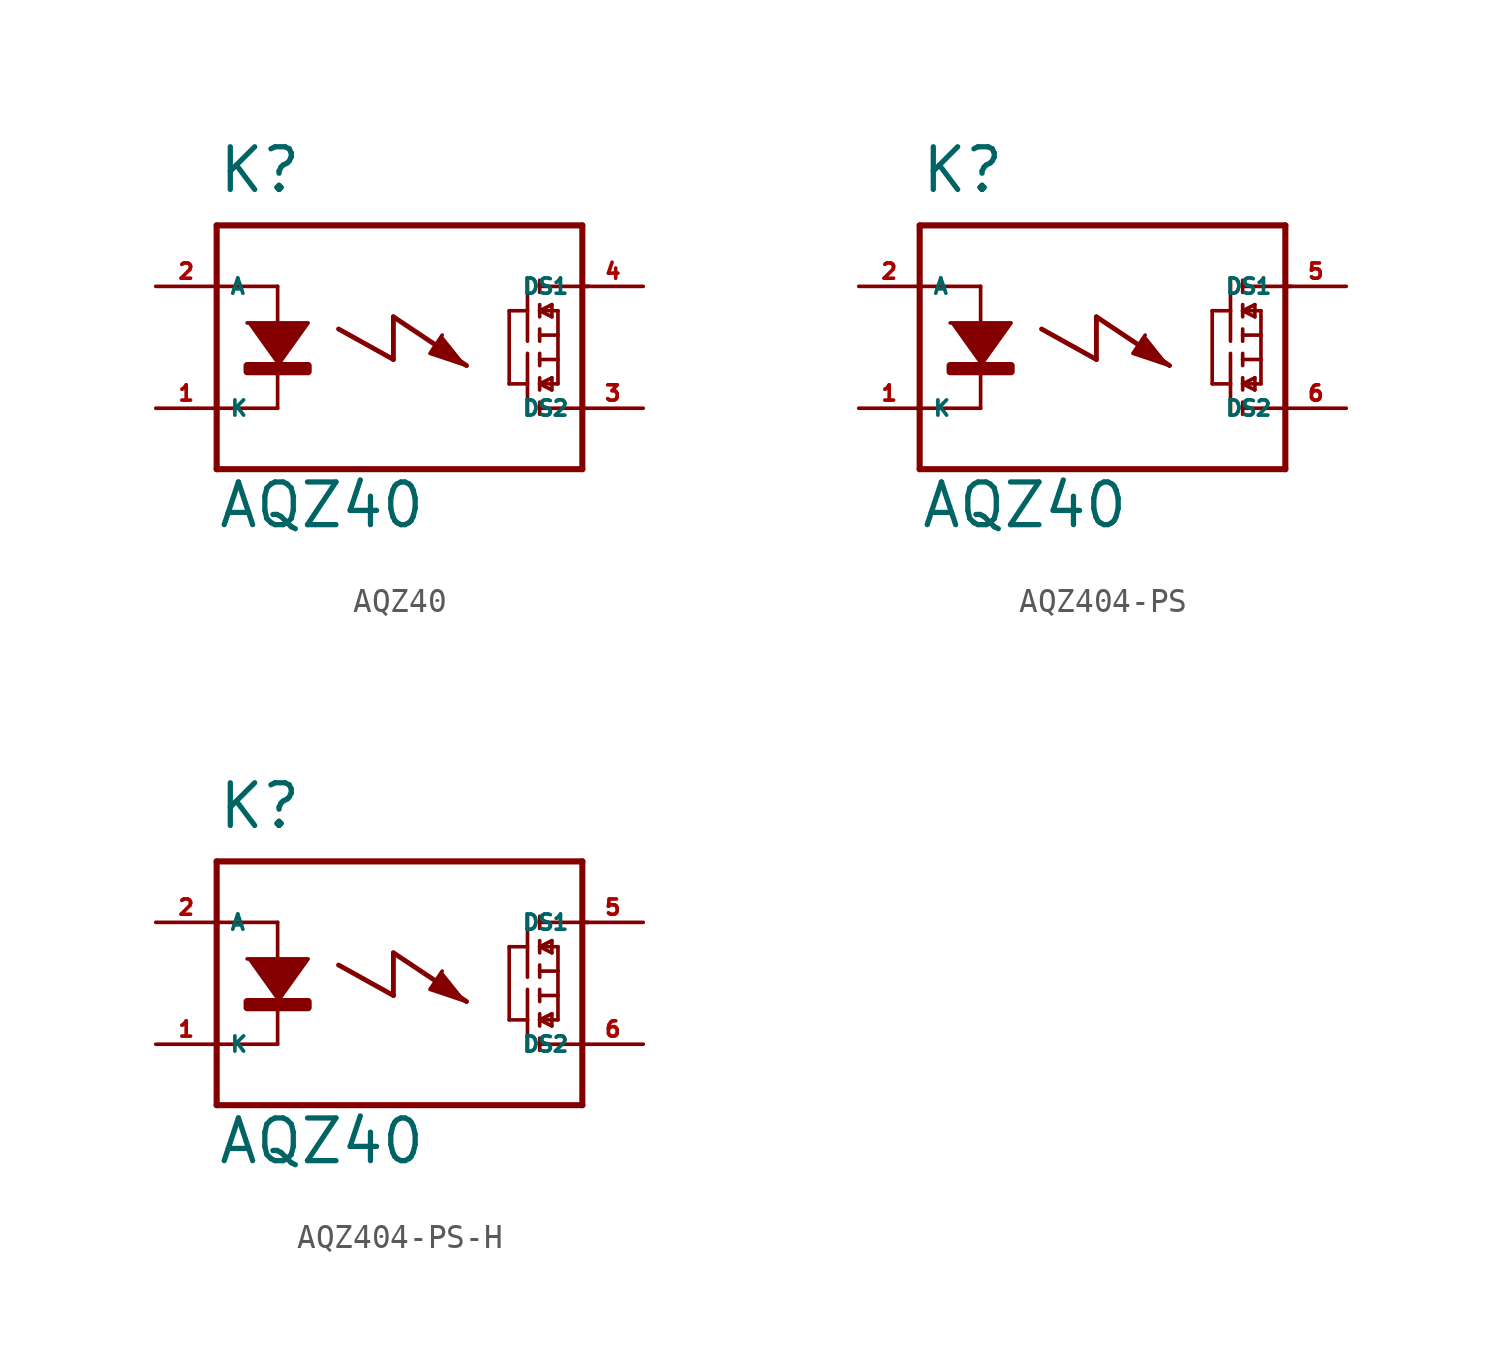
<source format=kicad_sym>
(kicad_symbol_lib
  (version 20220914)
  (generator Eagle2Kicad)
  (symbol "AQZ40"
    (property "Reference" "K"
      (at -7.62 6.35 0)
      (effects (font (size 1.778 1.778) (thickness 0.22)) (justify left bottom)))
    (property "Value" "AQZ40"
      (at -7.62 -7.62 0)
      (effects (font (size 1.778 1.778) (thickness 0.22)) (justify left bottom)))
    (polyline
      (pts (xy -6.35 1.016) (xy -3.81 1.016) (xy -5.08 -0.762))
      (stroke (width 0.152) (type default))
      (fill (type outline)))
    (polyline
      (pts (xy 1.778 0.508) (xy 1.27 -0.254) (xy 2.794 -0.762))
      (stroke (width 0.152) (type default))
      (fill (type outline)))
    (polyline
      (pts (xy -5.08 2.54) (xy -5.08 -2.54))
      (stroke (width 0.152) (type default))
      (fill (type none)))
    (polyline
      (pts (xy 5.842 2.794) (xy 5.842 2.286))
      (stroke (width 0.152) (type default))
      (fill (type none)))
    (polyline
      (pts (xy 5.842 1.778) (xy 5.842 1.524))
      (stroke (width 0.152) (type default))
      (fill (type none)))
    (polyline
      (pts (xy 5.842 1.524) (xy 5.842 1.27))
      (stroke (width 0.152) (type default))
      (fill (type none)))
    (polyline
      (pts (xy 5.842 0.762) (xy 5.842 0.508))
      (stroke (width 0.152) (type default))
      (fill (type none)))
    (polyline
      (pts (xy 5.842 0.508) (xy 5.842 0.254))
      (stroke (width 0.152) (type default))
      (fill (type none)))
    (polyline
      (pts (xy 5.842 1.524) (xy 6.604 1.524))
      (stroke (width 0.152) (type default))
      (fill (type none)))
    (polyline
      (pts (xy 6.35 1.778) (xy 5.842 1.524))
      (stroke (width 0.152) (type default))
      (fill (type none)))
    (polyline
      (pts (xy 5.842 1.524) (xy 6.35 1.27))
      (stroke (width 0.152) (type default))
      (fill (type none)))
    (polyline
      (pts (xy 6.35 1.27) (xy 6.35 1.778))
      (stroke (width 0.152) (type default))
      (fill (type none)))
    (polyline
      (pts (xy 5.842 0.508) (xy 6.604 0.508))
      (stroke (width 0.152) (type default))
      (fill (type none)))
    (polyline
      (pts (xy 6.604 0.508) (xy 6.604 1.524))
      (stroke (width 0.152) (type default))
      (fill (type none)))
    (polyline
      (pts (xy 5.334 2.794) (xy 5.334 1.524))
      (stroke (width 0.152) (type default))
      (fill (type none)))
    (polyline
      (pts (xy 5.334 1.524) (xy 5.334 0.254))
      (stroke (width 0.152) (type default))
      (fill (type none)))
    (polyline
      (pts (xy 5.334 1.524) (xy 4.572 1.524))
      (stroke (width 0.152) (type default))
      (fill (type none)))
    (polyline
      (pts (xy 5.842 -2.794) (xy 5.842 -2.286))
      (stroke (width 0.152) (type default))
      (fill (type none)))
    (polyline
      (pts (xy 5.842 -1.778) (xy 5.842 -1.524))
      (stroke (width 0.152) (type default))
      (fill (type none)))
    (polyline
      (pts (xy 5.842 -1.524) (xy 5.842 -1.27))
      (stroke (width 0.152) (type default))
      (fill (type none)))
    (polyline
      (pts (xy 5.842 -0.762) (xy 5.842 -0.508))
      (stroke (width 0.152) (type default))
      (fill (type none)))
    (polyline
      (pts (xy 5.842 -0.508) (xy 5.842 -0.254))
      (stroke (width 0.152) (type default))
      (fill (type none)))
    (polyline
      (pts (xy 5.842 -1.524) (xy 6.604 -1.524))
      (stroke (width 0.152) (type default))
      (fill (type none)))
    (polyline
      (pts (xy 6.35 -1.778) (xy 5.842 -1.524))
      (stroke (width 0.152) (type default))
      (fill (type none)))
    (polyline
      (pts (xy 5.842 -1.524) (xy 6.35 -1.27))
      (stroke (width 0.152) (type default))
      (fill (type none)))
    (polyline
      (pts (xy 6.35 -1.27) (xy 6.35 -1.778))
      (stroke (width 0.152) (type default))
      (fill (type none)))
    (polyline
      (pts (xy 5.842 -0.508) (xy 6.604 -0.508))
      (stroke (width 0.152) (type default))
      (fill (type none)))
    (polyline
      (pts (xy 6.604 -0.508) (xy 6.604 -1.524))
      (stroke (width 0.152) (type default))
      (fill (type none)))
    (polyline
      (pts (xy 6.604 0.508) (xy 6.604 -0.508))
      (stroke (width 0.152) (type default))
      (fill (type none)))
    (polyline
      (pts (xy 5.334 -2.794) (xy 5.334 -1.524))
      (stroke (width 0.152) (type default))
      (fill (type none)))
    (polyline
      (pts (xy 5.334 -1.524) (xy 5.334 -0.254))
      (stroke (width 0.152) (type default))
      (fill (type none)))
    (polyline
      (pts (xy 5.334 -1.524) (xy 4.572 -1.524))
      (stroke (width 0.152) (type default))
      (fill (type none)))
    (polyline
      (pts (xy 4.572 1.524) (xy 4.572 -1.524))
      (stroke (width 0.152) (type default))
      (fill (type none)))
    (polyline
      (pts (xy -7.62 5.08) (xy -7.62 2.54))
      (stroke (width 0.254) (type default))
      (fill (type none)))
    (polyline
      (pts (xy -7.62 2.54) (xy -7.62 -2.54))
      (stroke (width 0.254) (type default))
      (fill (type none)))
    (polyline
      (pts (xy -7.62 -2.54) (xy -7.62 -5.08))
      (stroke (width 0.254) (type default))
      (fill (type none)))
    (polyline
      (pts (xy -7.62 -5.08) (xy 7.62 -5.08))
      (stroke (width 0.254) (type default))
      (fill (type none)))
    (polyline
      (pts (xy 5.842 2.54) (xy 7.874 2.54))
      (stroke (width 0.152) (type default))
      (fill (type none)))
    (polyline
      (pts (xy 5.842 -2.54) (xy 7.62 -2.54))
      (stroke (width 0.152) (type default))
      (fill (type none)))
    (polyline
      (pts (xy 7.62 -5.08) (xy 7.62 5.08))
      (stroke (width 0.254) (type default))
      (fill (type none)))
    (polyline
      (pts (xy 7.62 5.08) (xy -7.62 5.08))
      (stroke (width 0.254) (type default))
      (fill (type none)))
    (polyline
      (pts (xy -5.08 2.54) (xy -7.62 2.54))
      (stroke (width 0.152) (type default))
      (fill (type none)))
    (polyline
      (pts (xy -5.08 -2.54) (xy -7.62 -2.54))
      (stroke (width 0.152) (type default))
      (fill (type none)))
    (polyline
      (pts (xy -2.54 0.762) (xy -0.254 -0.508))
      (stroke (width 0.203) (type default))
      (fill (type none)))
    (polyline
      (pts (xy -0.254 -0.508) (xy -0.254 1.27))
      (stroke (width 0.203) (type default))
      (fill (type none)))
    (polyline
      (pts (xy -0.254 1.27) (xy 2.794 -0.762))
      (stroke (width 0.203) (type default))
      (fill (type none)))
    (rectangle
      (start -6.35 -1.016)
      (end -3.81 -0.762)
      (stroke (width 0.3) (type default))
      (fill (type outline)))
    (pin passive line
      (at -10.16 2.54 0)
      (length 2.54)
      (name "A" (effects (font (size 0.635 0.635) (thickness 0.08)) (justify left bottom)))
      (number "2" (effects (font (size 0.635 0.635) (thickness 0.08)) (justify left bottom))))
    (pin passive line
      (at -10.16 -2.54 0)
      (length 2.54)
      (name "K" (effects (font (size 0.635 0.635) (thickness 0.08)) (justify left bottom)))
      (number "1" (effects (font (size 0.635 0.635) (thickness 0.08)) (justify left bottom))))
    (pin passive line
      (at 10.16 2.54 180)
      (length 2.54)
      (name "DS1" (effects (font (size 0.635 0.635) (thickness 0.08)) (justify left bottom)))
      (number "4" (effects (font (size 0.635 0.635) (thickness 0.08)) (justify left bottom))))
    (pin passive line
      (at 10.16 -2.54 180)
      (length 2.54)
      (name "DS2" (effects (font (size 0.635 0.635) (thickness 0.08)) (justify left bottom)))
      (number "3" (effects (font (size 0.635 0.635) (thickness 0.08)) (justify left bottom)))))
  (symbol "AQZ404-PS"
    (property "Reference" "K"
      (at -7.62 6.35 0)
      (effects (font (size 1.778 1.778) (thickness 0.22)) (justify left bottom)))
    (property "Value" "AQZ40"
      (at -7.62 -7.62 0)
      (effects (font (size 1.778 1.778) (thickness 0.22)) (justify left bottom)))
    (polyline
      (pts (xy -6.35 1.016) (xy -3.81 1.016) (xy -5.08 -0.762))
      (stroke (width 0.152) (type default))
      (fill (type outline)))
    (polyline
      (pts (xy 1.778 0.508) (xy 1.27 -0.254) (xy 2.794 -0.762))
      (stroke (width 0.152) (type default))
      (fill (type outline)))
    (polyline
      (pts (xy -5.08 2.54) (xy -5.08 -2.54))
      (stroke (width 0.152) (type default))
      (fill (type none)))
    (polyline
      (pts (xy 5.842 2.794) (xy 5.842 2.286))
      (stroke (width 0.152) (type default))
      (fill (type none)))
    (polyline
      (pts (xy 5.842 1.778) (xy 5.842 1.524))
      (stroke (width 0.152) (type default))
      (fill (type none)))
    (polyline
      (pts (xy 5.842 1.524) (xy 5.842 1.27))
      (stroke (width 0.152) (type default))
      (fill (type none)))
    (polyline
      (pts (xy 5.842 0.762) (xy 5.842 0.508))
      (stroke (width 0.152) (type default))
      (fill (type none)))
    (polyline
      (pts (xy 5.842 0.508) (xy 5.842 0.254))
      (stroke (width 0.152) (type default))
      (fill (type none)))
    (polyline
      (pts (xy 5.842 1.524) (xy 6.604 1.524))
      (stroke (width 0.152) (type default))
      (fill (type none)))
    (polyline
      (pts (xy 6.35 1.778) (xy 5.842 1.524))
      (stroke (width 0.152) (type default))
      (fill (type none)))
    (polyline
      (pts (xy 5.842 1.524) (xy 6.35 1.27))
      (stroke (width 0.152) (type default))
      (fill (type none)))
    (polyline
      (pts (xy 6.35 1.27) (xy 6.35 1.778))
      (stroke (width 0.152) (type default))
      (fill (type none)))
    (polyline
      (pts (xy 5.842 0.508) (xy 6.604 0.508))
      (stroke (width 0.152) (type default))
      (fill (type none)))
    (polyline
      (pts (xy 6.604 0.508) (xy 6.604 1.524))
      (stroke (width 0.152) (type default))
      (fill (type none)))
    (polyline
      (pts (xy 5.334 2.794) (xy 5.334 1.524))
      (stroke (width 0.152) (type default))
      (fill (type none)))
    (polyline
      (pts (xy 5.334 1.524) (xy 5.334 0.254))
      (stroke (width 0.152) (type default))
      (fill (type none)))
    (polyline
      (pts (xy 5.334 1.524) (xy 4.572 1.524))
      (stroke (width 0.152) (type default))
      (fill (type none)))
    (polyline
      (pts (xy 5.842 -2.794) (xy 5.842 -2.286))
      (stroke (width 0.152) (type default))
      (fill (type none)))
    (polyline
      (pts (xy 5.842 -1.778) (xy 5.842 -1.524))
      (stroke (width 0.152) (type default))
      (fill (type none)))
    (polyline
      (pts (xy 5.842 -1.524) (xy 5.842 -1.27))
      (stroke (width 0.152) (type default))
      (fill (type none)))
    (polyline
      (pts (xy 5.842 -0.762) (xy 5.842 -0.508))
      (stroke (width 0.152) (type default))
      (fill (type none)))
    (polyline
      (pts (xy 5.842 -0.508) (xy 5.842 -0.254))
      (stroke (width 0.152) (type default))
      (fill (type none)))
    (polyline
      (pts (xy 5.842 -1.524) (xy 6.604 -1.524))
      (stroke (width 0.152) (type default))
      (fill (type none)))
    (polyline
      (pts (xy 6.35 -1.778) (xy 5.842 -1.524))
      (stroke (width 0.152) (type default))
      (fill (type none)))
    (polyline
      (pts (xy 5.842 -1.524) (xy 6.35 -1.27))
      (stroke (width 0.152) (type default))
      (fill (type none)))
    (polyline
      (pts (xy 6.35 -1.27) (xy 6.35 -1.778))
      (stroke (width 0.152) (type default))
      (fill (type none)))
    (polyline
      (pts (xy 5.842 -0.508) (xy 6.604 -0.508))
      (stroke (width 0.152) (type default))
      (fill (type none)))
    (polyline
      (pts (xy 6.604 -0.508) (xy 6.604 -1.524))
      (stroke (width 0.152) (type default))
      (fill (type none)))
    (polyline
      (pts (xy 6.604 0.508) (xy 6.604 -0.508))
      (stroke (width 0.152) (type default))
      (fill (type none)))
    (polyline
      (pts (xy 5.334 -2.794) (xy 5.334 -1.524))
      (stroke (width 0.152) (type default))
      (fill (type none)))
    (polyline
      (pts (xy 5.334 -1.524) (xy 5.334 -0.254))
      (stroke (width 0.152) (type default))
      (fill (type none)))
    (polyline
      (pts (xy 5.334 -1.524) (xy 4.572 -1.524))
      (stroke (width 0.152) (type default))
      (fill (type none)))
    (polyline
      (pts (xy 4.572 1.524) (xy 4.572 -1.524))
      (stroke (width 0.152) (type default))
      (fill (type none)))
    (polyline
      (pts (xy -7.62 5.08) (xy -7.62 2.54))
      (stroke (width 0.254) (type default))
      (fill (type none)))
    (polyline
      (pts (xy -7.62 2.54) (xy -7.62 -2.54))
      (stroke (width 0.254) (type default))
      (fill (type none)))
    (polyline
      (pts (xy -7.62 -2.54) (xy -7.62 -5.08))
      (stroke (width 0.254) (type default))
      (fill (type none)))
    (polyline
      (pts (xy -7.62 -5.08) (xy 7.62 -5.08))
      (stroke (width 0.254) (type default))
      (fill (type none)))
    (polyline
      (pts (xy 5.842 2.54) (xy 7.874 2.54))
      (stroke (width 0.152) (type default))
      (fill (type none)))
    (polyline
      (pts (xy 5.842 -2.54) (xy 7.62 -2.54))
      (stroke (width 0.152) (type default))
      (fill (type none)))
    (polyline
      (pts (xy 7.62 -5.08) (xy 7.62 5.08))
      (stroke (width 0.254) (type default))
      (fill (type none)))
    (polyline
      (pts (xy 7.62 5.08) (xy -7.62 5.08))
      (stroke (width 0.254) (type default))
      (fill (type none)))
    (polyline
      (pts (xy -5.08 2.54) (xy -7.62 2.54))
      (stroke (width 0.152) (type default))
      (fill (type none)))
    (polyline
      (pts (xy -5.08 -2.54) (xy -7.62 -2.54))
      (stroke (width 0.152) (type default))
      (fill (type none)))
    (polyline
      (pts (xy -2.54 0.762) (xy -0.254 -0.508))
      (stroke (width 0.203) (type default))
      (fill (type none)))
    (polyline
      (pts (xy -0.254 -0.508) (xy -0.254 1.27))
      (stroke (width 0.203) (type default))
      (fill (type none)))
    (polyline
      (pts (xy -0.254 1.27) (xy 2.794 -0.762))
      (stroke (width 0.203) (type default))
      (fill (type none)))
    (rectangle
      (start -6.35 -1.016)
      (end -3.81 -0.762)
      (stroke (width 0.3) (type default))
      (fill (type outline)))
    (pin passive line
      (at -10.16 2.54 0)
      (length 2.54)
      (name "A" (effects (font (size 0.635 0.635) (thickness 0.08)) (justify left bottom)))
      (number "2" (effects (font (size 0.635 0.635) (thickness 0.08)) (justify left bottom))))
    (pin passive line
      (at -10.16 -2.54 0)
      (length 2.54)
      (name "K" (effects (font (size 0.635 0.635) (thickness 0.08)) (justify left bottom)))
      (number "1" (effects (font (size 0.635 0.635) (thickness 0.08)) (justify left bottom))))
    (pin passive line
      (at 10.16 2.54 180)
      (length 2.54)
      (name "DS1" (effects (font (size 0.635 0.635) (thickness 0.08)) (justify left bottom)))
      (number "5" (effects (font (size 0.635 0.635) (thickness 0.08)) (justify left bottom))))
    (pin passive line
      (at 10.16 -2.54 180)
      (length 2.54)
      (name "DS2" (effects (font (size 0.635 0.635) (thickness 0.08)) (justify left bottom)))
      (number "6" (effects (font (size 0.635 0.635) (thickness 0.08)) (justify left bottom)))))
  (symbol "AQZ404-PS-H"
    (property "Reference" "K"
      (at -7.62 6.35 0)
      (effects (font (size 1.778 1.778) (thickness 0.22)) (justify left bottom)))
    (property "Value" "AQZ40"
      (at -7.62 -7.62 0)
      (effects (font (size 1.778 1.778) (thickness 0.22)) (justify left bottom)))
    (polyline
      (pts (xy -6.35 1.016) (xy -3.81 1.016) (xy -5.08 -0.762))
      (stroke (width 0.152) (type default))
      (fill (type outline)))
    (polyline
      (pts (xy 1.778 0.508) (xy 1.27 -0.254) (xy 2.794 -0.762))
      (stroke (width 0.152) (type default))
      (fill (type outline)))
    (polyline
      (pts (xy -5.08 2.54) (xy -5.08 -2.54))
      (stroke (width 0.152) (type default))
      (fill (type none)))
    (polyline
      (pts (xy 5.842 2.794) (xy 5.842 2.286))
      (stroke (width 0.152) (type default))
      (fill (type none)))
    (polyline
      (pts (xy 5.842 1.778) (xy 5.842 1.524))
      (stroke (width 0.152) (type default))
      (fill (type none)))
    (polyline
      (pts (xy 5.842 1.524) (xy 5.842 1.27))
      (stroke (width 0.152) (type default))
      (fill (type none)))
    (polyline
      (pts (xy 5.842 0.762) (xy 5.842 0.508))
      (stroke (width 0.152) (type default))
      (fill (type none)))
    (polyline
      (pts (xy 5.842 0.508) (xy 5.842 0.254))
      (stroke (width 0.152) (type default))
      (fill (type none)))
    (polyline
      (pts (xy 5.842 1.524) (xy 6.604 1.524))
      (stroke (width 0.152) (type default))
      (fill (type none)))
    (polyline
      (pts (xy 6.35 1.778) (xy 5.842 1.524))
      (stroke (width 0.152) (type default))
      (fill (type none)))
    (polyline
      (pts (xy 5.842 1.524) (xy 6.35 1.27))
      (stroke (width 0.152) (type default))
      (fill (type none)))
    (polyline
      (pts (xy 6.35 1.27) (xy 6.35 1.778))
      (stroke (width 0.152) (type default))
      (fill (type none)))
    (polyline
      (pts (xy 5.842 0.508) (xy 6.604 0.508))
      (stroke (width 0.152) (type default))
      (fill (type none)))
    (polyline
      (pts (xy 6.604 0.508) (xy 6.604 1.524))
      (stroke (width 0.152) (type default))
      (fill (type none)))
    (polyline
      (pts (xy 5.334 2.794) (xy 5.334 1.524))
      (stroke (width 0.152) (type default))
      (fill (type none)))
    (polyline
      (pts (xy 5.334 1.524) (xy 5.334 0.254))
      (stroke (width 0.152) (type default))
      (fill (type none)))
    (polyline
      (pts (xy 5.334 1.524) (xy 4.572 1.524))
      (stroke (width 0.152) (type default))
      (fill (type none)))
    (polyline
      (pts (xy 5.842 -2.794) (xy 5.842 -2.286))
      (stroke (width 0.152) (type default))
      (fill (type none)))
    (polyline
      (pts (xy 5.842 -1.778) (xy 5.842 -1.524))
      (stroke (width 0.152) (type default))
      (fill (type none)))
    (polyline
      (pts (xy 5.842 -1.524) (xy 5.842 -1.27))
      (stroke (width 0.152) (type default))
      (fill (type none)))
    (polyline
      (pts (xy 5.842 -0.762) (xy 5.842 -0.508))
      (stroke (width 0.152) (type default))
      (fill (type none)))
    (polyline
      (pts (xy 5.842 -0.508) (xy 5.842 -0.254))
      (stroke (width 0.152) (type default))
      (fill (type none)))
    (polyline
      (pts (xy 5.842 -1.524) (xy 6.604 -1.524))
      (stroke (width 0.152) (type default))
      (fill (type none)))
    (polyline
      (pts (xy 6.35 -1.778) (xy 5.842 -1.524))
      (stroke (width 0.152) (type default))
      (fill (type none)))
    (polyline
      (pts (xy 5.842 -1.524) (xy 6.35 -1.27))
      (stroke (width 0.152) (type default))
      (fill (type none)))
    (polyline
      (pts (xy 6.35 -1.27) (xy 6.35 -1.778))
      (stroke (width 0.152) (type default))
      (fill (type none)))
    (polyline
      (pts (xy 5.842 -0.508) (xy 6.604 -0.508))
      (stroke (width 0.152) (type default))
      (fill (type none)))
    (polyline
      (pts (xy 6.604 -0.508) (xy 6.604 -1.524))
      (stroke (width 0.152) (type default))
      (fill (type none)))
    (polyline
      (pts (xy 6.604 0.508) (xy 6.604 -0.508))
      (stroke (width 0.152) (type default))
      (fill (type none)))
    (polyline
      (pts (xy 5.334 -2.794) (xy 5.334 -1.524))
      (stroke (width 0.152) (type default))
      (fill (type none)))
    (polyline
      (pts (xy 5.334 -1.524) (xy 5.334 -0.254))
      (stroke (width 0.152) (type default))
      (fill (type none)))
    (polyline
      (pts (xy 5.334 -1.524) (xy 4.572 -1.524))
      (stroke (width 0.152) (type default))
      (fill (type none)))
    (polyline
      (pts (xy 4.572 1.524) (xy 4.572 -1.524))
      (stroke (width 0.152) (type default))
      (fill (type none)))
    (polyline
      (pts (xy -7.62 5.08) (xy -7.62 2.54))
      (stroke (width 0.254) (type default))
      (fill (type none)))
    (polyline
      (pts (xy -7.62 2.54) (xy -7.62 -2.54))
      (stroke (width 0.254) (type default))
      (fill (type none)))
    (polyline
      (pts (xy -7.62 -2.54) (xy -7.62 -5.08))
      (stroke (width 0.254) (type default))
      (fill (type none)))
    (polyline
      (pts (xy -7.62 -5.08) (xy 7.62 -5.08))
      (stroke (width 0.254) (type default))
      (fill (type none)))
    (polyline
      (pts (xy 5.842 2.54) (xy 7.874 2.54))
      (stroke (width 0.152) (type default))
      (fill (type none)))
    (polyline
      (pts (xy 5.842 -2.54) (xy 7.62 -2.54))
      (stroke (width 0.152) (type default))
      (fill (type none)))
    (polyline
      (pts (xy 7.62 -5.08) (xy 7.62 5.08))
      (stroke (width 0.254) (type default))
      (fill (type none)))
    (polyline
      (pts (xy 7.62 5.08) (xy -7.62 5.08))
      (stroke (width 0.254) (type default))
      (fill (type none)))
    (polyline
      (pts (xy -5.08 2.54) (xy -7.62 2.54))
      (stroke (width 0.152) (type default))
      (fill (type none)))
    (polyline
      (pts (xy -5.08 -2.54) (xy -7.62 -2.54))
      (stroke (width 0.152) (type default))
      (fill (type none)))
    (polyline
      (pts (xy -2.54 0.762) (xy -0.254 -0.508))
      (stroke (width 0.203) (type default))
      (fill (type none)))
    (polyline
      (pts (xy -0.254 -0.508) (xy -0.254 1.27))
      (stroke (width 0.203) (type default))
      (fill (type none)))
    (polyline
      (pts (xy -0.254 1.27) (xy 2.794 -0.762))
      (stroke (width 0.203) (type default))
      (fill (type none)))
    (rectangle
      (start -6.35 -1.016)
      (end -3.81 -0.762)
      (stroke (width 0.3) (type default))
      (fill (type outline)))
    (pin passive line
      (at -10.16 2.54 0)
      (length 2.54)
      (name "A" (effects (font (size 0.635 0.635) (thickness 0.08)) (justify left bottom)))
      (number "2" (effects (font (size 0.635 0.635) (thickness 0.08)) (justify left bottom))))
    (pin passive line
      (at -10.16 -2.54 0)
      (length 2.54)
      (name "K" (effects (font (size 0.635 0.635) (thickness 0.08)) (justify left bottom)))
      (number "1" (effects (font (size 0.635 0.635) (thickness 0.08)) (justify left bottom))))
    (pin passive line
      (at 10.16 2.54 180)
      (length 2.54)
      (name "DS1" (effects (font (size 0.635 0.635) (thickness 0.08)) (justify left bottom)))
      (number "5" (effects (font (size 0.635 0.635) (thickness 0.08)) (justify left bottom))))
    (pin passive line
      (at 10.16 -2.54 180)
      (length 2.54)
      (name "DS2" (effects (font (size 0.635 0.635) (thickness 0.08)) (justify left bottom)))
      (number "6" (effects (font (size 0.635 0.635) (thickness 0.08)) (justify left bottom))))))
</source>
